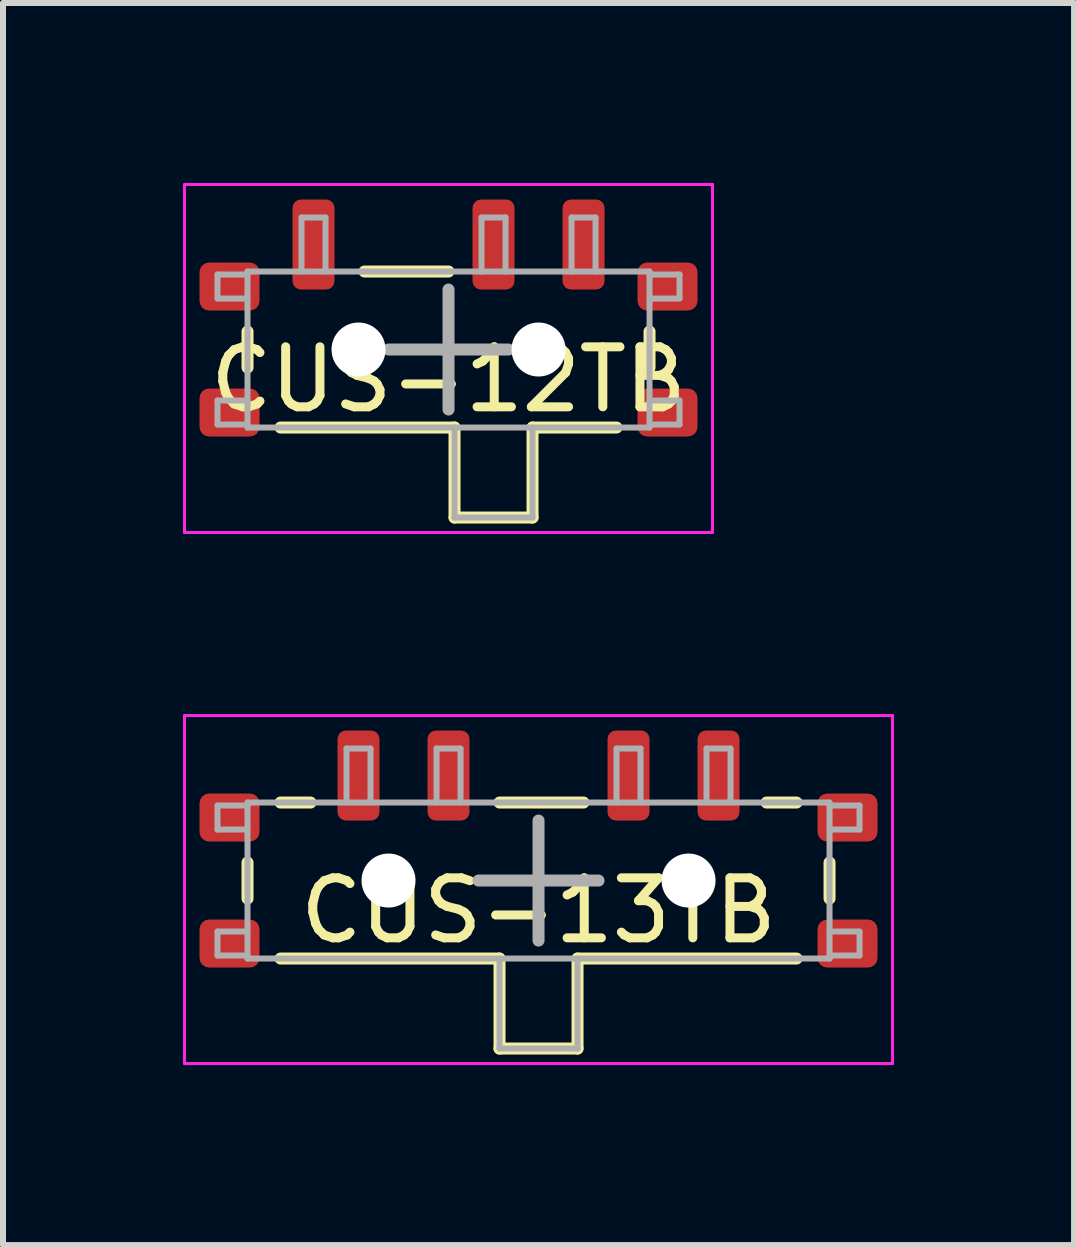
<source format=kicad_pcb>
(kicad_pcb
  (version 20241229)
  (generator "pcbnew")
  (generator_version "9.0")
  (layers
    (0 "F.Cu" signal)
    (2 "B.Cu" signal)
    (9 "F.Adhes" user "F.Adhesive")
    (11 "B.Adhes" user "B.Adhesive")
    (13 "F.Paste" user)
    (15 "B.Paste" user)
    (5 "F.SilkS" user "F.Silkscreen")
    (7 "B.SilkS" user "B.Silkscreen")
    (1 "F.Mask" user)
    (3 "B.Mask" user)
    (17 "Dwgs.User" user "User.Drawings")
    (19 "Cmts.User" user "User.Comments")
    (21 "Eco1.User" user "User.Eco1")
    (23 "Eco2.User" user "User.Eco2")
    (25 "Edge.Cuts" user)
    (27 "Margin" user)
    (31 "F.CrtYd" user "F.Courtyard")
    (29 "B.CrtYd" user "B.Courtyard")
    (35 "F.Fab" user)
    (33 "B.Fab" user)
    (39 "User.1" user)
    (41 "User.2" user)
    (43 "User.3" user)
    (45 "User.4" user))
  (footprint "CUS-13TB"
    (layer "F.Cu")
    (at 5.925 11.625)
    (property "Reference" "CUS-13TB" (at 0 0.5 0) (layer "F.SilkS") (effects (font (size 1 1) (thickness 0.15))))
    (attr smd)
    (fp_line (start -4.85 -0.3) (end -4.85 0.3) (stroke (width 0.2) (type solid)) (layer "F.SilkS"))
    (fp_line (start -4.3 -1.3) (end -3.8 -1.3) (stroke (width 0.2) (type solid)) (layer "F.SilkS"))
    (fp_line (start -4.3 1.3) (end -0.65 1.3) (stroke (width 0.2) (type solid)) (layer "F.SilkS"))
    (fp_line (start -0.65 -1.3) (end 0.75 -1.3) (stroke (width 0.2) (type solid)) (layer "F.SilkS"))
    (fp_line (start -0.65 1.3) (end -0.65 2.8) (stroke (width 0.2) (type solid)) (layer "F.SilkS"))
    (fp_line (start -0.65 2.8) (end 0.65 2.8) (stroke (width 0.2) (type solid)) (layer "F.SilkS"))
    (fp_line (start 0.65 1.3) (end 4.3 1.3) (stroke (width 0.2) (type solid)) (layer "F.SilkS"))
    (fp_line (start 0.65 2.8) (end 0.65 1.3) (stroke (width 0.2) (type solid)) (layer "F.SilkS"))
    (fp_line (start 4.3 -1.3) (end 3.8 -1.3) (stroke (width 0.2) (type solid)) (layer "F.SilkS"))
    (fp_line (start 4.85 -0.3) (end 4.85 0.3) (stroke (width 0.2) (type solid)) (layer "F.SilkS"))
    (fp_line (start -5.9 -2.75) (end -5.9 3.05) (stroke (width 0.05) (type solid)) (layer "F.CrtYd"))
    (fp_line (start -5.9 3.05) (end 5.9 3.05) (stroke (width 0.05) (type solid)) (layer "F.CrtYd"))
    (fp_line (start 5.9 -2.75) (end -5.9 -2.75) (stroke (width 0.05) (type solid)) (layer "F.CrtYd"))
    (fp_line (start 5.9 3.05) (end 5.9 -2.75) (stroke (width 0.05) (type solid)) (layer "F.CrtYd"))
    (fp_line (start -5.35 -1.25) (end -5.35 -0.85) (stroke (width 0.1) (type solid)) (layer "F.Fab"))
    (fp_line (start -5.35 -0.85) (end -4.85 -0.85) (stroke (width 0.1) (type solid)) (layer "F.Fab"))
    (fp_line (start -5.35 0.85) (end -5.35 1.25) (stroke (width 0.1) (type solid)) (layer "F.Fab"))
    (fp_line (start -5.35 1.25) (end -4.85 1.25) (stroke (width 0.1) (type solid)) (layer "F.Fab"))
    (fp_line (start -4.85 -1.3) (end 4.85 -1.3) (stroke (width 0.1) (type solid)) (layer "F.Fab"))
    (fp_line (start -4.85 -1.25) (end -5.35 -1.25) (stroke (width 0.1) (type solid)) (layer "F.Fab"))
    (fp_line (start -4.85 0.85) (end -5.35 0.85) (stroke (width 0.1) (type solid)) (layer "F.Fab"))
    (fp_line (start -4.85 1.3) (end -4.85 -1.3) (stroke (width 0.1) (type solid)) (layer "F.Fab"))
    (fp_line (start -3.2 -2.2) (end -2.8 -2.2) (stroke (width 0.1) (type solid)) (layer "F.Fab"))
    (fp_line (start -3.2 -1.3) (end -3.2 -2.2) (stroke (width 0.1) (type solid)) (layer "F.Fab"))
    (fp_line (start -2.8 -2.2) (end -2.8 -1.3) (stroke (width 0.1) (type solid)) (layer "F.Fab"))
    (fp_line (start -1.7 -2.2) (end -1.3 -2.2) (stroke (width 0.1) (type solid)) (layer "F.Fab"))
    (fp_line (start -1.7 -1.3) (end -1.7 -2.2) (stroke (width 0.1) (type solid)) (layer "F.Fab"))
    (fp_line (start -1.3 -2.2) (end -1.3 -1.3) (stroke (width 0.1) (type solid)) (layer "F.Fab"))
    (fp_line (start -1 0) (end 1 0) (stroke (width 0.2) (type solid)) (layer "F.Fab"))
    (fp_line (start -0.65 1.3) (end -0.65 2.8) (stroke (width 0.1) (type solid)) (layer "F.Fab"))
    (fp_line (start -0.65 2.8) (end 0.65 2.8) (stroke (width 0.1) (type solid)) (layer "F.Fab"))
    (fp_line (start 0 -1) (end 0 1) (stroke (width 0.2) (type solid)) (layer "F.Fab"))
    (fp_line (start 0.65 2.8) (end 0.65 1.3) (stroke (width 0.1) (type solid)) (layer "F.Fab"))
    (fp_line (start 1.3 -2.2) (end 1.7 -2.2) (stroke (width 0.1) (type solid)) (layer "F.Fab"))
    (fp_line (start 1.3 -1.3) (end 1.3 -2.2) (stroke (width 0.1) (type solid)) (layer "F.Fab"))
    (fp_line (start 1.7 -2.2) (end 1.7 -1.3) (stroke (width 0.1) (type solid)) (layer "F.Fab"))
    (fp_line (start 2.8 -2.2) (end 3.2 -2.2) (stroke (width 0.1) (type solid)) (layer "F.Fab"))
    (fp_line (start 2.8 -1.3) (end 2.8 -2.2) (stroke (width 0.1) (type solid)) (layer "F.Fab"))
    (fp_line (start 3.2 -2.2) (end 3.2 -1.3) (stroke (width 0.1) (type solid)) (layer "F.Fab"))
    (fp_line (start 4.85 -1.3) (end 4.85 1.3) (stroke (width 0.1) (type solid)) (layer "F.Fab"))
    (fp_line (start 4.85 -0.85) (end 5.35 -0.85) (stroke (width 0.1) (type solid)) (layer "F.Fab"))
    (fp_line (start 4.85 1.25) (end 5.35 1.25) (stroke (width 0.1) (type solid)) (layer "F.Fab"))
    (fp_line (start 4.85 1.3) (end -4.85 1.3) (stroke (width 0.1) (type solid)) (layer "F.Fab"))
    (fp_line (start 5.35 -1.25) (end 4.85 -1.25) (stroke (width 0.1) (type solid)) (layer "F.Fab"))
    (fp_line (start 5.35 -0.85) (end 5.35 -1.25) (stroke (width 0.1) (type solid)) (layer "F.Fab"))
    (fp_line (start 5.35 0.85) (end 4.85 0.85) (stroke (width 0.1) (type solid)) (layer "F.Fab"))
    (fp_line (start 5.35 1.25) (end 5.35 0.85) (stroke (width 0.1) (type solid)) (layer "F.Fab"))
    (pad "" np_thru_hole circle (at -2.5 0) (size 0.9 0.9) (drill 0.9) (layers "*.Cu" "*.Mask"))
    (pad "" np_thru_hole circle (at 2.5 0) (size 0.9 0.9) (drill 0.9) (layers "*.Cu" "*.Mask"))
    (pad "1" smd roundrect (at -3 -1.75) (size 0.7 1.5) (layers "F.Cu" "F.Mask" "F.Paste") (roundrect_rratio 0.2))
    (pad "2" smd roundrect (at -1.5 -1.75) (size 0.7 1.5) (layers "F.Cu" "F.Mask" "F.Paste") (roundrect_rratio 0.2))
    (pad "3" smd roundrect (at 1.5 -1.75) (size 0.7 1.5) (layers "F.Cu" "F.Mask" "F.Paste") (roundrect_rratio 0.2))
    (pad "4" smd roundrect (at 3 -1.75) (size 0.7 1.5) (layers "F.Cu" "F.Mask" "F.Paste") (roundrect_rratio 0.2))
    (pad "FG" smd roundrect (at -5.15 -1.05) (size 1 0.8) (layers "F.Cu" "F.Mask" "F.Paste") (roundrect_rratio 0.2))
    (pad "FG" smd roundrect (at -5.15 1.05) (size 1 0.8) (layers "F.Cu" "F.Mask" "F.Paste") (roundrect_rratio 0.2))
    (pad "FG" smd roundrect (at 5.15 -1.05) (size 1 0.8) (layers "F.Cu" "F.Mask" "F.Paste") (roundrect_rratio 0.2))
    (pad "FG" smd roundrect (at 5.15 1.05) (size 1 0.8) (layers "F.Cu" "F.Mask" "F.Paste") (roundrect_rratio 0.2)))
  (footprint "CUS-12TB"
    (layer "F.Cu")
    (at 4.425 2.775)
    (property "Reference" "CUS-12TB" (at 0 0.5 0) (layer "F.SilkS") (effects (font (size 1 1) (thickness 0.15))))
    (attr smd)
    (fp_line (start -3.35 -0.3) (end -3.35 0.3) (stroke (width 0.2) (type solid)) (layer "F.SilkS"))
    (fp_line (start -2.8 1.3) (end 0.1 1.3) (stroke (width 0.2) (type solid)) (layer "F.SilkS"))
    (fp_line (start -1.4 -1.3) (end 0 -1.3) (stroke (width 0.2) (type solid)) (layer "F.SilkS"))
    (fp_line (start 0.1 1.3) (end 0.1 2.8) (stroke (width 0.2) (type solid)) (layer "F.SilkS"))
    (fp_line (start 0.1 2.8) (end 1.4 2.8) (stroke (width 0.2) (type solid)) (layer "F.SilkS"))
    (fp_line (start 1.4 1.3) (end 2.8 1.3) (stroke (width 0.2) (type solid)) (layer "F.SilkS"))
    (fp_line (start 1.4 2.8) (end 1.4 1.3) (stroke (width 0.2) (type solid)) (layer "F.SilkS"))
    (fp_line (start 3.35 -0.3) (end 3.35 0.3) (stroke (width 0.2) (type solid)) (layer "F.SilkS"))
    (fp_line (start -4.4 -2.75) (end -4.4 3.05) (stroke (width 0.05) (type solid)) (layer "F.CrtYd"))
    (fp_line (start -4.4 3.05) (end 4.4 3.05) (stroke (width 0.05) (type solid)) (layer "F.CrtYd"))
    (fp_line (start 4.4 -2.75) (end -4.4 -2.75) (stroke (width 0.05) (type solid)) (layer "F.CrtYd"))
    (fp_line (start 4.4 3.05) (end 4.4 -2.75) (stroke (width 0.05) (type solid)) (layer "F.CrtYd"))
    (fp_line (start -3.85 -1.25) (end -3.85 -0.85) (stroke (width 0.1) (type solid)) (layer "F.Fab"))
    (fp_line (start -3.85 -0.85) (end -3.35 -0.85) (stroke (width 0.1) (type solid)) (layer "F.Fab"))
    (fp_line (start -3.85 0.85) (end -3.85 1.25) (stroke (width 0.1) (type solid)) (layer "F.Fab"))
    (fp_line (start -3.85 1.25) (end -3.35 1.25) (stroke (width 0.1) (type solid)) (layer "F.Fab"))
    (fp_line (start -3.35 -1.3) (end 3.35 -1.3) (stroke (width 0.1) (type solid)) (layer "F.Fab"))
    (fp_line (start -3.35 -1.25) (end -3.85 -1.25) (stroke (width 0.1) (type solid)) (layer "F.Fab"))
    (fp_line (start -3.35 0.85) (end -3.85 0.85) (stroke (width 0.1) (type solid)) (layer "F.Fab"))
    (fp_line (start -3.35 1.3) (end -3.35 -1.3) (stroke (width 0.1) (type solid)) (layer "F.Fab"))
    (fp_line (start -2.45 -2.2) (end -2.05 -2.2) (stroke (width 0.1) (type solid)) (layer "F.Fab"))
    (fp_line (start -2.45 -1.3) (end -2.45 -2.2) (stroke (width 0.1) (type solid)) (layer "F.Fab"))
    (fp_line (start -2.05 -2.2) (end -2.05 -1.3) (stroke (width 0.1) (type solid)) (layer "F.Fab"))
    (fp_line (start -1 0) (end 1 0) (stroke (width 0.2) (type solid)) (layer "F.Fab"))
    (fp_line (start 0 -1) (end 0 1) (stroke (width 0.2) (type solid)) (layer "F.Fab"))
    (fp_line (start 0.1 1.3) (end 0.1 2.8) (stroke (width 0.1) (type solid)) (layer "F.Fab"))
    (fp_line (start 0.1 2.8) (end 1.4 2.8) (stroke (width 0.1) (type solid)) (layer "F.Fab"))
    (fp_line (start 0.55 -2.2) (end 0.95 -2.2) (stroke (width 0.1) (type solid)) (layer "F.Fab"))
    (fp_line (start 0.55 -1.3) (end 0.55 -2.2) (stroke (width 0.1) (type solid)) (layer "F.Fab"))
    (fp_line (start 0.95 -2.2) (end 0.95 -1.3) (stroke (width 0.1) (type solid)) (layer "F.Fab"))
    (fp_line (start 1.4 2.8) (end 1.4 1.3) (stroke (width 0.1) (type solid)) (layer "F.Fab"))
    (fp_line (start 2.05 -2.2) (end 2.45 -2.2) (stroke (width 0.1) (type solid)) (layer "F.Fab"))
    (fp_line (start 2.05 -1.3) (end 2.05 -2.2) (stroke (width 0.1) (type solid)) (layer "F.Fab"))
    (fp_line (start 2.45 -2.2) (end 2.45 -1.3) (stroke (width 0.1) (type solid)) (layer "F.Fab"))
    (fp_line (start 3.35 -1.3) (end 3.35 1.3) (stroke (width 0.1) (type solid)) (layer "F.Fab"))
    (fp_line (start 3.35 -0.85) (end 3.85 -0.85) (stroke (width 0.1) (type solid)) (layer "F.Fab"))
    (fp_line (start 3.35 1.25) (end 3.85 1.25) (stroke (width 0.1) (type solid)) (layer "F.Fab"))
    (fp_line (start 3.35 1.3) (end -3.35 1.3) (stroke (width 0.1) (type solid)) (layer "F.Fab"))
    (fp_line (start 3.85 -1.25) (end 3.35 -1.25) (stroke (width 0.1) (type solid)) (layer "F.Fab"))
    (fp_line (start 3.85 -0.85) (end 3.85 -1.25) (stroke (width 0.1) (type solid)) (layer "F.Fab"))
    (fp_line (start 3.85 0.85) (end 3.35 0.85) (stroke (width 0.1) (type solid)) (layer "F.Fab"))
    (fp_line (start 3.85 1.25) (end 3.85 0.85) (stroke (width 0.1) (type solid)) (layer "F.Fab"))
    (pad "" np_thru_hole circle (at -1.5 0) (size 0.9 0.9) (drill 0.9) (layers "*.Cu" "*.Mask"))
    (pad "" np_thru_hole circle (at 1.5 0) (size 0.9 0.9) (drill 0.9) (layers "*.Cu" "*.Mask"))
    (pad "1" smd roundrect (at -2.25 -1.75) (size 0.7 1.5) (layers "F.Cu" "F.Mask" "F.Paste") (roundrect_rratio 0.2))
    (pad "2" smd roundrect (at 0.75 -1.75) (size 0.7 1.5) (layers "F.Cu" "F.Mask" "F.Paste") (roundrect_rratio 0.2))
    (pad "3" smd roundrect (at 2.25 -1.75) (size 0.7 1.5) (layers "F.Cu" "F.Mask" "F.Paste") (roundrect_rratio 0.2))
    (pad "FG" smd roundrect (at -3.65 -1.05) (size 1 0.8) (layers "F.Cu" "F.Mask" "F.Paste") (roundrect_rratio 0.2))
    (pad "FG" smd roundrect (at -3.65 1.05) (size 1 0.8) (layers "F.Cu" "F.Mask" "F.Paste") (roundrect_rratio 0.2))
    (pad "FG" smd roundrect (at 3.65 -1.05) (size 1 0.8) (layers "F.Cu" "F.Mask" "F.Paste") (roundrect_rratio 0.2))
    (pad "FG" smd roundrect (at 3.65 1.05) (size 1 0.8) (layers "F.Cu" "F.Mask" "F.Paste") (roundrect_rratio 0.2)))
  (gr_rect
    (start -3 -3)
    (end 14.85 17.7)
    (stroke (width 0.1) (type default))
    (fill no)
    (layer "Edge.Cuts")))
</source>
